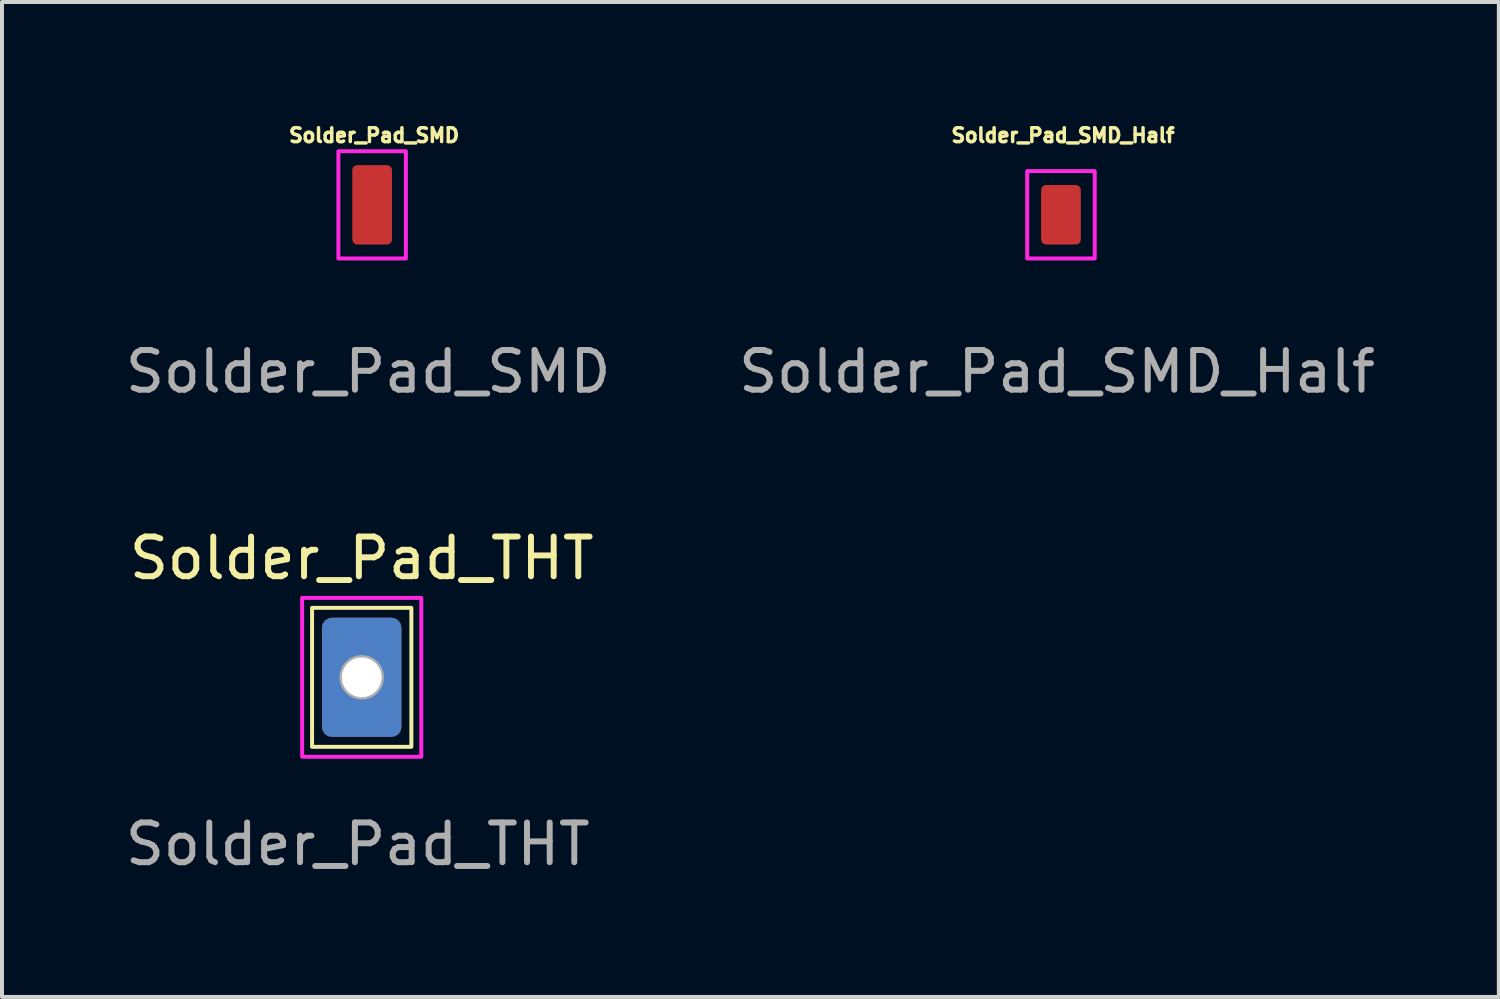
<source format=kicad_pcb>
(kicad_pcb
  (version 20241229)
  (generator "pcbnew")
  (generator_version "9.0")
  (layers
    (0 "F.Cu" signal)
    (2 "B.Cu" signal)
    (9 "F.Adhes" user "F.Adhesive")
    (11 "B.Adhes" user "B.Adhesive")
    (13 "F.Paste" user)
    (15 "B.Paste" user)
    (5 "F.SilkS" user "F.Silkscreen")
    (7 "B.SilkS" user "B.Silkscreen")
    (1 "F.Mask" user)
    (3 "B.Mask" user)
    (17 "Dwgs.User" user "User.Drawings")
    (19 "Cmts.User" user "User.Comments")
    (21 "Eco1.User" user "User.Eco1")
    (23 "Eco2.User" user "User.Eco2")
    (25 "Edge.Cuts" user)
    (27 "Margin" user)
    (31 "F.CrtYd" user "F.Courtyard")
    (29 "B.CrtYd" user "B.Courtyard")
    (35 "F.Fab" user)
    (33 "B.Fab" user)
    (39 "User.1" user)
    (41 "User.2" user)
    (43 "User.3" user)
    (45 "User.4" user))
  (footprint "Solder_Pad_THT"
    (layer "F.Cu")
    (at 6.058 14.005)
    (property "Reference" "Solder_Pad_THT" (at 0 -3 0) (layer "F.SilkS") (effects (font (size 1 1) (thickness 0.15))))
    (attr through_hole)
    (fp_rect (start -1.25 -1.75) (end 1.25 1.75) (stroke (width 0.1) (type default)) (fill no) (layer "F.SilkS"))
    (fp_rect (start -1.5 -2) (end 1.5 2) (stroke (width 0.1) (type default)) (fill no) (layer "F.CrtYd"))
    (fp_circle (center 0 0) (end 0.5 0) (stroke (width 0.12) (type solid)) (fill no) (layer "F.Fab"))
    (fp_text user "${REFERENCE}" (at -0.1 4.2 0) (layer "F.Fab") (effects (font (size 1 1) (thickness 0.15))))
    (pad "1" thru_hole roundrect (at 0 0) (size 2 3) (drill 1) (layers "*.Cu" "*.Mask") (roundrect_rratio 0.125)))
  (footprint "Solder_Pad_SMD"
    (layer "F.Cu")
    (at 6.32 2.108)
    (property "Reference" "Solder_Pad_SMD" (at 0.05 -1.75 0) (layer "F.SilkS") (effects (font (size 0.35 0.35) (thickness 0.087) (bold yes))))
    (attr through_hole)
    (fp_rect (start -0.85 -1.35) (end 0.85 1.35) (stroke (width 0.1) (type default)) (fill no) (layer "F.CrtYd"))
    (fp_text user "${REFERENCE}" (at -0.1 4.2 0) (layer "F.Fab") (effects (font (size 1 1) (thickness 0.15))))
    (pad "1" smd roundrect (at 0 0) (size 1 2) (layers "F.Cu" "F.Mask" "F.Paste") (roundrect_rratio 0.125)))
  (footprint "Solder_Pad_SMD_Half"
    (layer "F.Cu")
    (at 23.665 2.108)
    (property "Reference" "Solder_Pad_SMD_Half" (at 0.05 -1.75 0) (layer "F.SilkS") (effects (font (size 0.35 0.35) (thickness 0.087) (bold yes))))
    (attr through_hole)
    (fp_rect (start -0.85 -0.85) (end 0.85 1.35) (stroke (width 0.1) (type default)) (fill no) (layer "F.CrtYd"))
    (fp_text user "${REFERENCE}" (at -0.1 4.2 0) (layer "F.Fab") (effects (font (size 1 1) (thickness 0.15))))
    (pad "1" smd roundrect (at 0 0.25) (size 1 1.5) (layers "F.Cu" "F.Mask") (roundrect_rratio 0.125)))
  (gr_rect
    (start -3 -3)
    (end 34.69 22.053)
    (stroke (width 0.1) (type default))
    (fill no)
    (layer "Edge.Cuts")))
</source>
